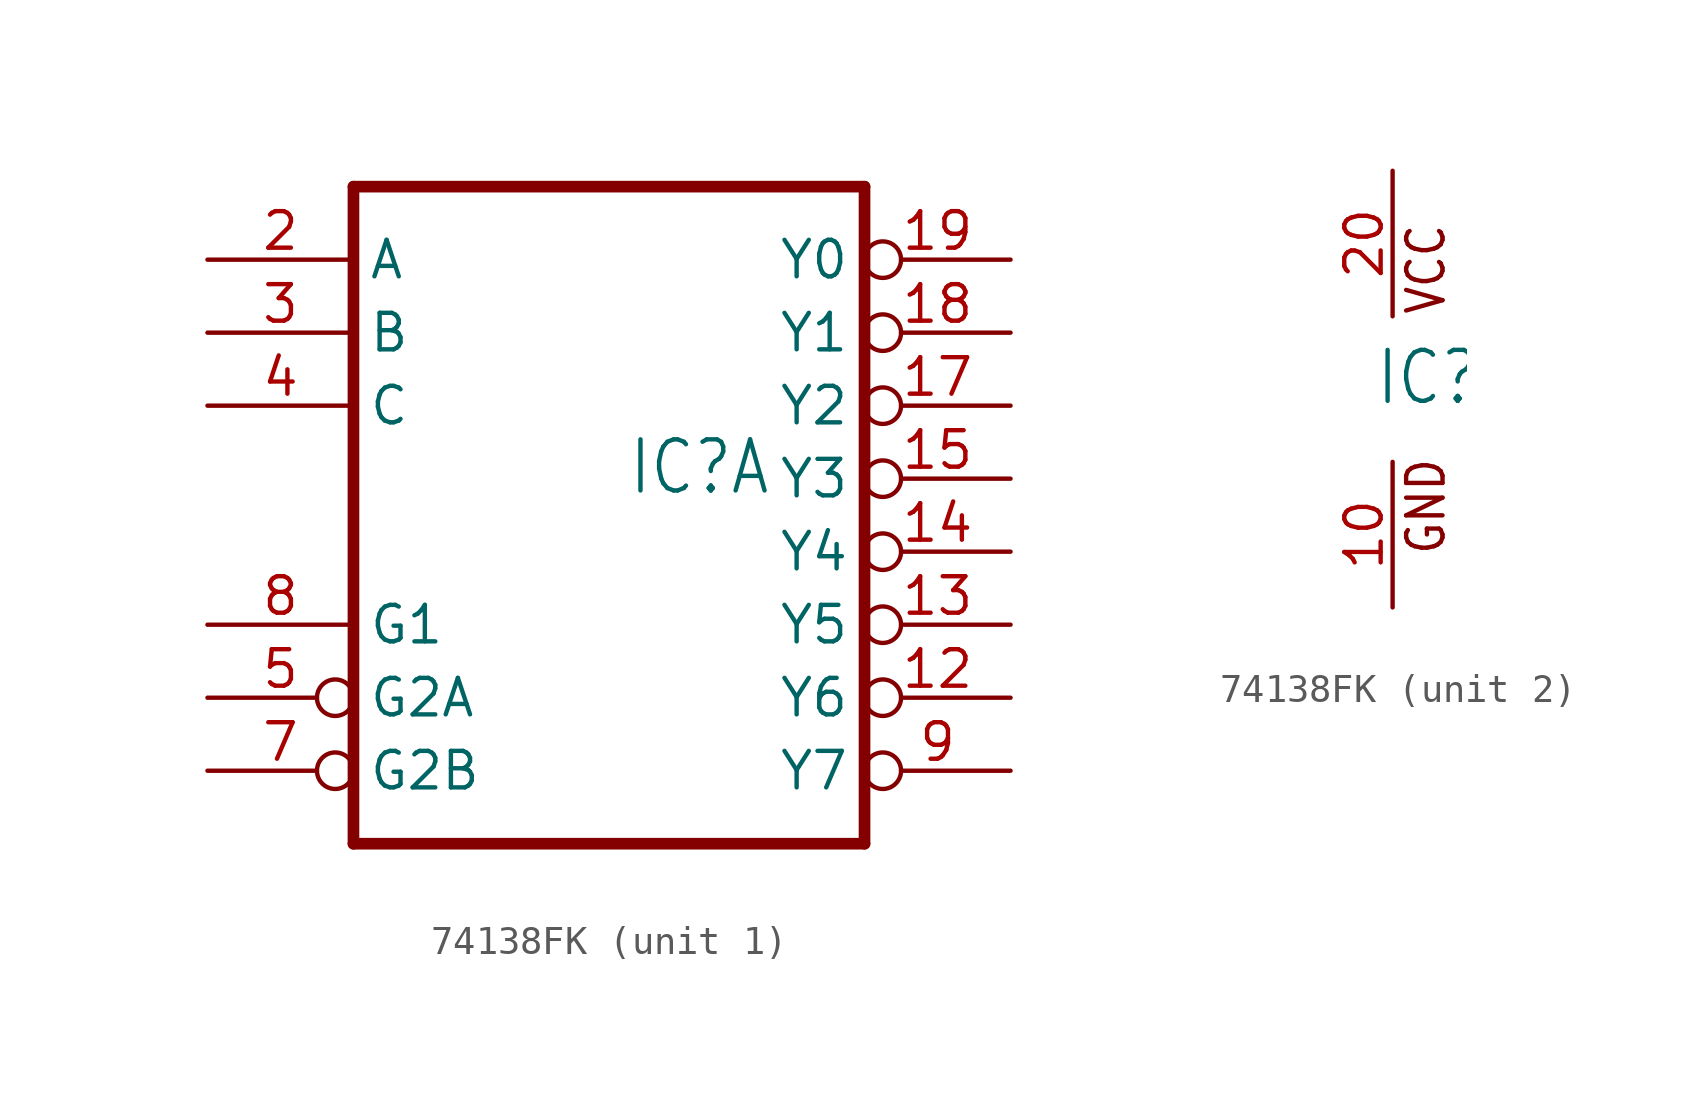
<source format=kicad_sym>
(kicad_symbol_lib
  (version 20220914)
  (generator kicad_symbol_editor)
  (symbol "74138FK"
    (property "Reference" "IC"
      (at -0.635 -0.635 0)
      (effects (font (size 1.778 1.511)) (justify left bottom)))
    (property "ki_locked" ""
      (at 0 0 0)
      (effects (font (size 1.27 1.27))))
    (symbol "74138FK_1_0"
      (polyline (pts (xy -10.16 -12.7) (xy 7.62 -12.7)) (stroke (width 0.406) (type solid)) (fill (type none)))
      (polyline (pts (xy -10.16 10.16) (xy -10.16 -12.7)) (stroke (width 0.406) (type solid)) (fill (type none)))
      (polyline (pts (xy 7.62 -12.7) (xy 7.62 10.16)) (stroke (width 0.406) (type solid)) (fill (type none)))
      (polyline (pts (xy 7.62 10.16) (xy -10.16 10.16)) (stroke (width 0.406) (type solid)) (fill (type none)))
      (pin output inverted (at 12.7 -7.62 180) (length 5.08) (name "Y6" (effects (font (size 1.27 1.27)))) (number "12" (effects (font (size 1.27 1.27)))))
      (pin output inverted (at 12.7 -5.08 180) (length 5.08) (name "Y5" (effects (font (size 1.27 1.27)))) (number "13" (effects (font (size 1.27 1.27)))))
      (pin output inverted (at 12.7 -2.54 180) (length 5.08) (name "Y4" (effects (font (size 1.27 1.27)))) (number "14" (effects (font (size 1.27 1.27)))))
      (pin output inverted (at 12.7 0 180) (length 5.08) (name "Y3" (effects (font (size 1.27 1.27)))) (number "15" (effects (font (size 1.27 1.27)))))
      (pin output inverted (at 12.7 2.54 180) (length 5.08) (name "Y2" (effects (font (size 1.27 1.27)))) (number "17" (effects (font (size 1.27 1.27)))))
      (pin output inverted (at 12.7 5.08 180) (length 5.08) (name "Y1" (effects (font (size 1.27 1.27)))) (number "18" (effects (font (size 1.27 1.27)))))
      (pin output inverted (at 12.7 7.62 180) (length 5.08) (name "Y0" (effects (font (size 1.27 1.27)))) (number "19" (effects (font (size 1.27 1.27)))))
      (pin input line (at -15.24 7.62 0) (length 5.08) (name "A" (effects (font (size 1.27 1.27)))) (number "2" (effects (font (size 1.27 1.27)))))
      (pin input line (at -15.24 5.08 0) (length 5.08) (name "B" (effects (font (size 1.27 1.27)))) (number "3" (effects (font (size 1.27 1.27)))))
      (pin input line (at -15.24 2.54 0) (length 5.08) (name "C" (effects (font (size 1.27 1.27)))) (number "4" (effects (font (size 1.27 1.27)))))
      (pin input inverted (at -15.24 -7.62 0) (length 5.08) (name "G2A" (effects (font (size 1.27 1.27)))) (number "5" (effects (font (size 1.27 1.27)))))
      (pin input inverted (at -15.24 -10.16 0) (length 5.08) (name "G2B" (effects (font (size 1.27 1.27)))) (number "7" (effects (font (size 1.27 1.27)))))
      (pin input line (at -15.24 -5.08 0) (length 5.08) (name "G1" (effects (font (size 1.27 1.27)))) (number "8" (effects (font (size 1.27 1.27)))))
      (pin output inverted (at 12.7 -10.16 180) (length 5.08) (name "Y7" (effects (font (size 1.27 1.27)))) (number "9" (effects (font (size 1.27 1.27))))))
    (symbol "74138FK_2_0"
      (text "GND" (at 1.905 -5.842 900) (effects (font (size 1.27 1.079)) (justify left bottom)))
      (text "VCC" (at 1.905 2.54 900) (effects (font (size 1.27 1.079)) (justify left bottom)))
      (pin power_in line (at 0 -7.62 90) (length 5.08) (name "GND" (effects (font (size 0 0)))) (number "10" (effects (font (size 1.27 1.27)))))
      (pin power_in line (at 0 7.62 270) (length 5.08) (name "VCC" (effects (font (size 0 0)))) (number "20" (effects (font (size 1.27 1.27))))))))
</source>
